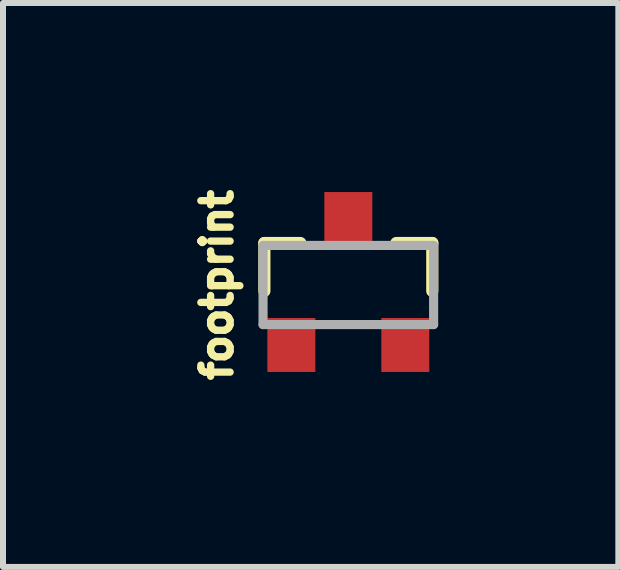
<source format=kicad_pcb>
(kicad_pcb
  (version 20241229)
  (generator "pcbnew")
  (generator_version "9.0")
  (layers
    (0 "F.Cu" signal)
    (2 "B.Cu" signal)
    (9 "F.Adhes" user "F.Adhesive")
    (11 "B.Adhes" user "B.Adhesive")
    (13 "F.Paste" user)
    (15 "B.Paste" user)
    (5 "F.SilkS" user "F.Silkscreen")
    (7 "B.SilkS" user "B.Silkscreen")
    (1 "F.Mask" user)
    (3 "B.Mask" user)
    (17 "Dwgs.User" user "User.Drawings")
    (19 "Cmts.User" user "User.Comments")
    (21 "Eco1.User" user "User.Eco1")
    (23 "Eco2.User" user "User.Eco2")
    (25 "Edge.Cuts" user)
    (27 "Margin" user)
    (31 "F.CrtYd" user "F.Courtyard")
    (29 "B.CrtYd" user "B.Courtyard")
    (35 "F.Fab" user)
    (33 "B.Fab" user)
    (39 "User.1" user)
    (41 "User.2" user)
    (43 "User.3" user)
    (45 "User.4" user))
  (footprint "footprint"
    (layer "F.Cu")
    (at 2.758 1.702)
    (property "Reference" "footprint" (at -1.905 0 90) (layer "F.SilkS") (effects (font (size 0.488 0.488) (thickness 0.122)) (justify bottom)))
    (fp_line (start -1.4 -0.7) (end -1.4 0.1) (stroke (width 0.203) (type solid)) (layer "F.SilkS"))
    (fp_line (start -0.8 -0.7) (end -1.4 -0.7) (stroke (width 0.203) (type solid)) (layer "F.SilkS"))
    (fp_line (start 0.8 -0.7) (end 1.4 -0.7) (stroke (width 0.203) (type solid)) (layer "F.SilkS"))
    (fp_line (start 1.4 -0.7) (end 1.4 0.1) (stroke (width 0.203) (type solid)) (layer "F.SilkS"))
    (fp_line (start -1.422 -0.66) (end 1.422 -0.66) (stroke (width 0.152) (type solid)) (layer "F.Fab"))
    (fp_line (start -1.422 0.66) (end -1.422 -0.66) (stroke (width 0.152) (type solid)) (layer "F.Fab"))
    (fp_line (start 1.422 -0.66) (end 1.422 0.66) (stroke (width 0.152) (type solid)) (layer "F.Fab"))
    (fp_line (start 1.422 0.66) (end -1.422 0.66) (stroke (width 0.152) (type solid)) (layer "F.Fab"))
    (pad "1" smd rect (at -0.95 1) (size 0.8 0.9) (layers "F.Cu" "F.Mask" "F.Paste"))
    (pad "2" smd rect (at 0.95 1) (size 0.8 0.9) (layers "F.Cu" "F.Mask" "F.Paste"))
    (pad "3" smd rect (at 0 -1.1) (size 0.8 0.9) (layers "F.Cu" "F.Mask" "F.Paste")))
  (gr_rect
    (start -3 -3)
    (end 7.26 6.403)
    (stroke (width 0.1) (type default))
    (fill no)
    (layer "Edge.Cuts")))
</source>
